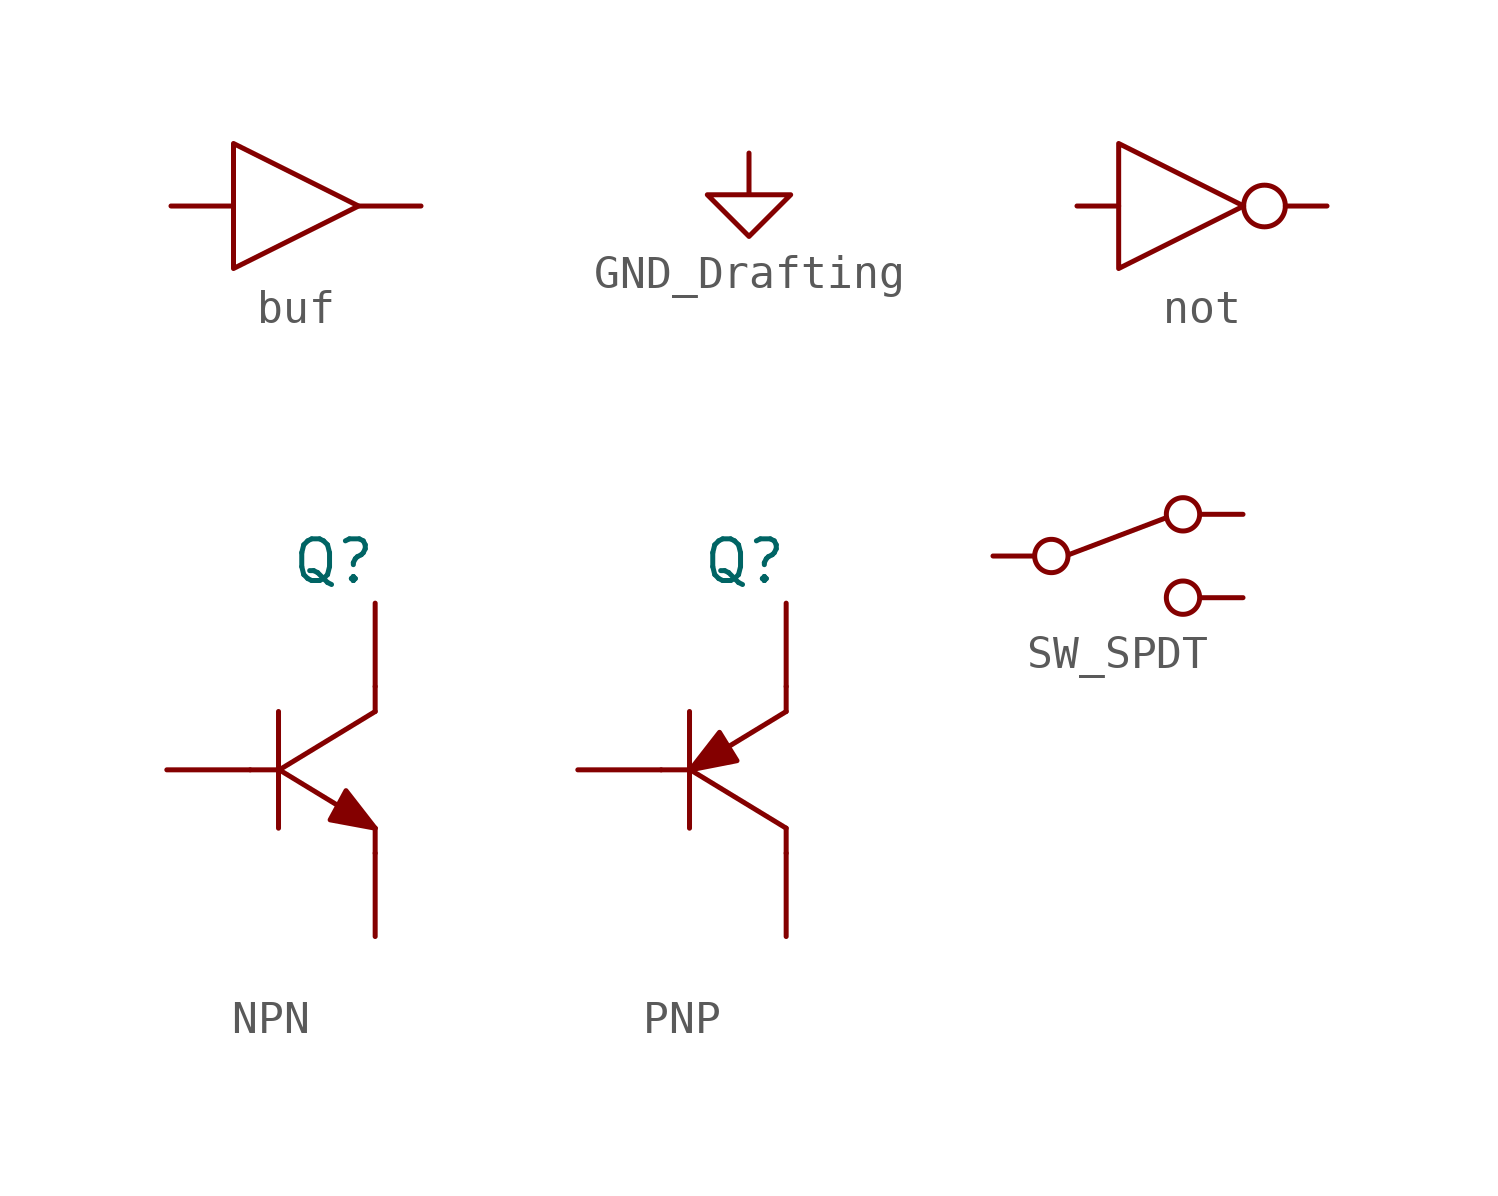
<source format=kicad_sym>
(kicad_symbol_lib
  (version 20220914)
  (generator kicad_symbol_editor)
  (symbol "buf"
    (pin_numbers hide)
    (pin_names
      (offset 0) hide)
    (property "Reference" "U"
      (at 0 3.81 0)
      (effects (font (size 1.27 1.27)) hide))
    (symbol "buf_0_1"
      (polyline (pts (xy 1.905 0) (xy -1.905 1.905) (xy -1.905 -1.905) (xy 1.905 0)) (stroke (width 0) (type default)) (fill (type none))))
    (symbol "buf_1_1"
      (pin passive line (at -3.81 0 0) (length 1.9) (name "A" (effects (font (size 1.27 1.27)))) (number "1" (effects (font (size 1.27 1.27)))))
      (pin passive line (at 3.81 0 180) (length 1.9) (name "Y" (effects (font (size 1.27 1.27)))) (number "1" (effects (font (size 1.27 1.27)))))))
  (symbol "GND_Drafting"
    (pin_numbers hide)
    (pin_names
      (offset 0) hide)
    (property "Reference" "U"
      (at 0 -3.81 0)
      (effects (font (size 1.27 1.27)) hide))
    (symbol "GND_Drafting_0_1"
      (polyline (pts (xy 0 0) (xy 0 -1.27) (xy 1.27 -1.27) (xy 0 -2.54) (xy -1.27 -1.27) (xy 0 -1.27)) (stroke (width 0) (type default)) (fill (type none))))
    (symbol "GND_Drafting_1_1"
      (pin power_in line (at 0 0 270) (length 0) hide (name "GND" (effects (font (size 1.27 1.27)))) (number "1" (effects (font (size 1.27 1.27)))))))
  (symbol "not"
    (pin_numbers hide)
    (pin_names
      (offset 0) hide)
    (property "Reference" "U"
      (at 0 3.81 0)
      (effects (font (size 1.27 1.27)) hide))
    (symbol "not_0_1"
      (polyline (pts (xy 1.27 0) (xy -2.54 1.905) (xy -2.54 -1.905) (xy 1.27 0)) (stroke (width 0) (type default)) (fill (type none)))
      (circle (center 1.905 0) (radius 0.635) (stroke (width 0) (type default)) (fill (type none))))
    (symbol "not_1_1"
      (pin passive line (at -3.81 0 0) (length 1.27) (name "A" (effects (font (size 1.27 1.27)))) (number "1" (effects (font (size 1.27 1.27)))))
      (pin passive line (at 3.81 0 180) (length 1.27) (name "Y" (effects (font (size 1.27 1.27)))) (number "1" (effects (font (size 1.27 1.27)))))))
  (symbol "NPN"
    (pin_numbers hide)
    (pin_names
      (offset 0) hide)
    (property "Reference" "Q"
      (at -1.27 6.35 0)
      (effects (font (size 1.27 1.27))))
    (symbol "NPN_0_1"
      (polyline (pts (xy -3.81 0) (xy -2.946 0)) (stroke (width 0) (type default)) (fill (type none)))
      (polyline (pts (xy -2.946 1.778) (xy -2.946 -1.778)) (stroke (width 0) (type default)) (fill (type none)))
      (polyline (pts (xy 0 -1.778) (xy -2.921 0)) (stroke (width 0) (type default)) (fill (type none)))
      (polyline (pts (xy 0 -1.778) (xy 0 -2.54)) (stroke (width 0) (type default)) (fill (type none)))
      (polyline (pts (xy 0 1.778) (xy -2.921 0)) (stroke (width 0) (type default)) (fill (type none)))
      (polyline (pts (xy 0 1.778) (xy 0 2.54)) (stroke (width 0) (type default)) (fill (type none)))
      (polyline (pts (xy 0 -1.778) (xy -0.889 -0.635) (xy -1.372 -1.524) (xy 0 -1.778)) (stroke (width 0) (type default)) (fill (type outline))))
    (symbol "NPN_1_1"
      (pin passive line (at -6.35 0 0) (length 2.54) (name "B" (effects (font (size 1.27 1.27)))) (number "1" (effects (font (size 1.27 1.27)))))
      (pin passive line (at 0 -5.08 90) (length 2.54) (name "C" (effects (font (size 1.27 1.27)))) (number "1" (effects (font (size 1.27 1.27)))))
      (pin passive line (at 0 5.08 270) (length 2.54) (name "E" (effects (font (size 1.27 1.27)))) (number "1" (effects (font (size 1.27 1.27)))))))
  (symbol "PNP"
    (pin_numbers hide)
    (pin_names
      (offset 0) hide)
    (property "Reference" "Q"
      (at -1.27 6.35 0)
      (effects (font (size 1.27 1.27))))
    (symbol "PNP_0_1"
      (polyline (pts (xy -3.81 0) (xy -2.946 0)) (stroke (width 0) (type default)) (fill (type none)))
      (polyline (pts (xy -2.946 1.778) (xy -2.946 -1.778)) (stroke (width 0) (type default)) (fill (type none)))
      (polyline (pts (xy 0 -1.778) (xy -2.921 0)) (stroke (width 0) (type default)) (fill (type none)))
      (polyline (pts (xy 0 -1.778) (xy 0 -2.54)) (stroke (width 0) (type default)) (fill (type none)))
      (polyline (pts (xy 0 1.778) (xy -2.921 0)) (stroke (width 0) (type default)) (fill (type none)))
      (polyline (pts (xy 0 1.778) (xy 0 2.54)) (stroke (width 0) (type default)) (fill (type none)))
      (polyline (pts (xy -2.921 0) (xy -2.032 1.143) (xy -1.499 0.279) (xy -2.921 0)) (stroke (width 0) (type default)) (fill (type outline))))
    (symbol "PNP_1_1"
      (pin passive line (at -6.35 0 0) (length 2.54) (name "B" (effects (font (size 1.27 1.27)))) (number "1" (effects (font (size 1.27 1.27)))))
      (pin passive line (at 0 -5.08 90) (length 2.54) (name "C" (effects (font (size 1.27 1.27)))) (number "1" (effects (font (size 1.27 1.27)))))
      (pin passive line (at 0 5.08 270) (length 2.54) (name "E" (effects (font (size 1.27 1.27)))) (number "1" (effects (font (size 1.27 1.27)))))))
  (symbol "SW_SPDT"
    (pin_numbers hide)
    (pin_names
      (offset 0) hide)
    (property "Reference" "SW"
      (at 0 3.81 0)
      (effects (font (size 1.27 1.27)) hide))
    (symbol "SW_SPDT_0_0"
      (circle (center -2.032 0) (radius 0.508) (stroke (width 0) (type default)) (fill (type none)))
      (circle (center 1.981 -1.27) (radius 0.508) (stroke (width 0) (type default)) (fill (type none)))
      (circle (center 1.981 1.27) (radius 0.508) (stroke (width 0) (type default)) (fill (type none))))
    (symbol "SW_SPDT_0_1"
      (polyline (pts (xy -1.473 0.051) (xy 1.473 1.168)) (stroke (width 0) (type default)) (fill (type none))))
    (symbol "SW_SPDT_1_1"
      (pin passive line (at -3.81 0 0) (length 1.25) (name "A" (effects (font (size 1.27 1.27)))) (number "1" (effects (font (size 1.27 1.27)))))
      (pin passive line (at 3.81 1.27 180) (length 1.25) (name "B" (effects (font (size 1.27 1.27)))) (number "1" (effects (font (size 1.27 1.27)))))
      (pin passive line (at 3.81 -1.27 180) (length 1.25) (name "C" (effects (font (size 1.27 1.27)))) (number "1" (effects (font (size 1.27 1.27))))))))
</source>
